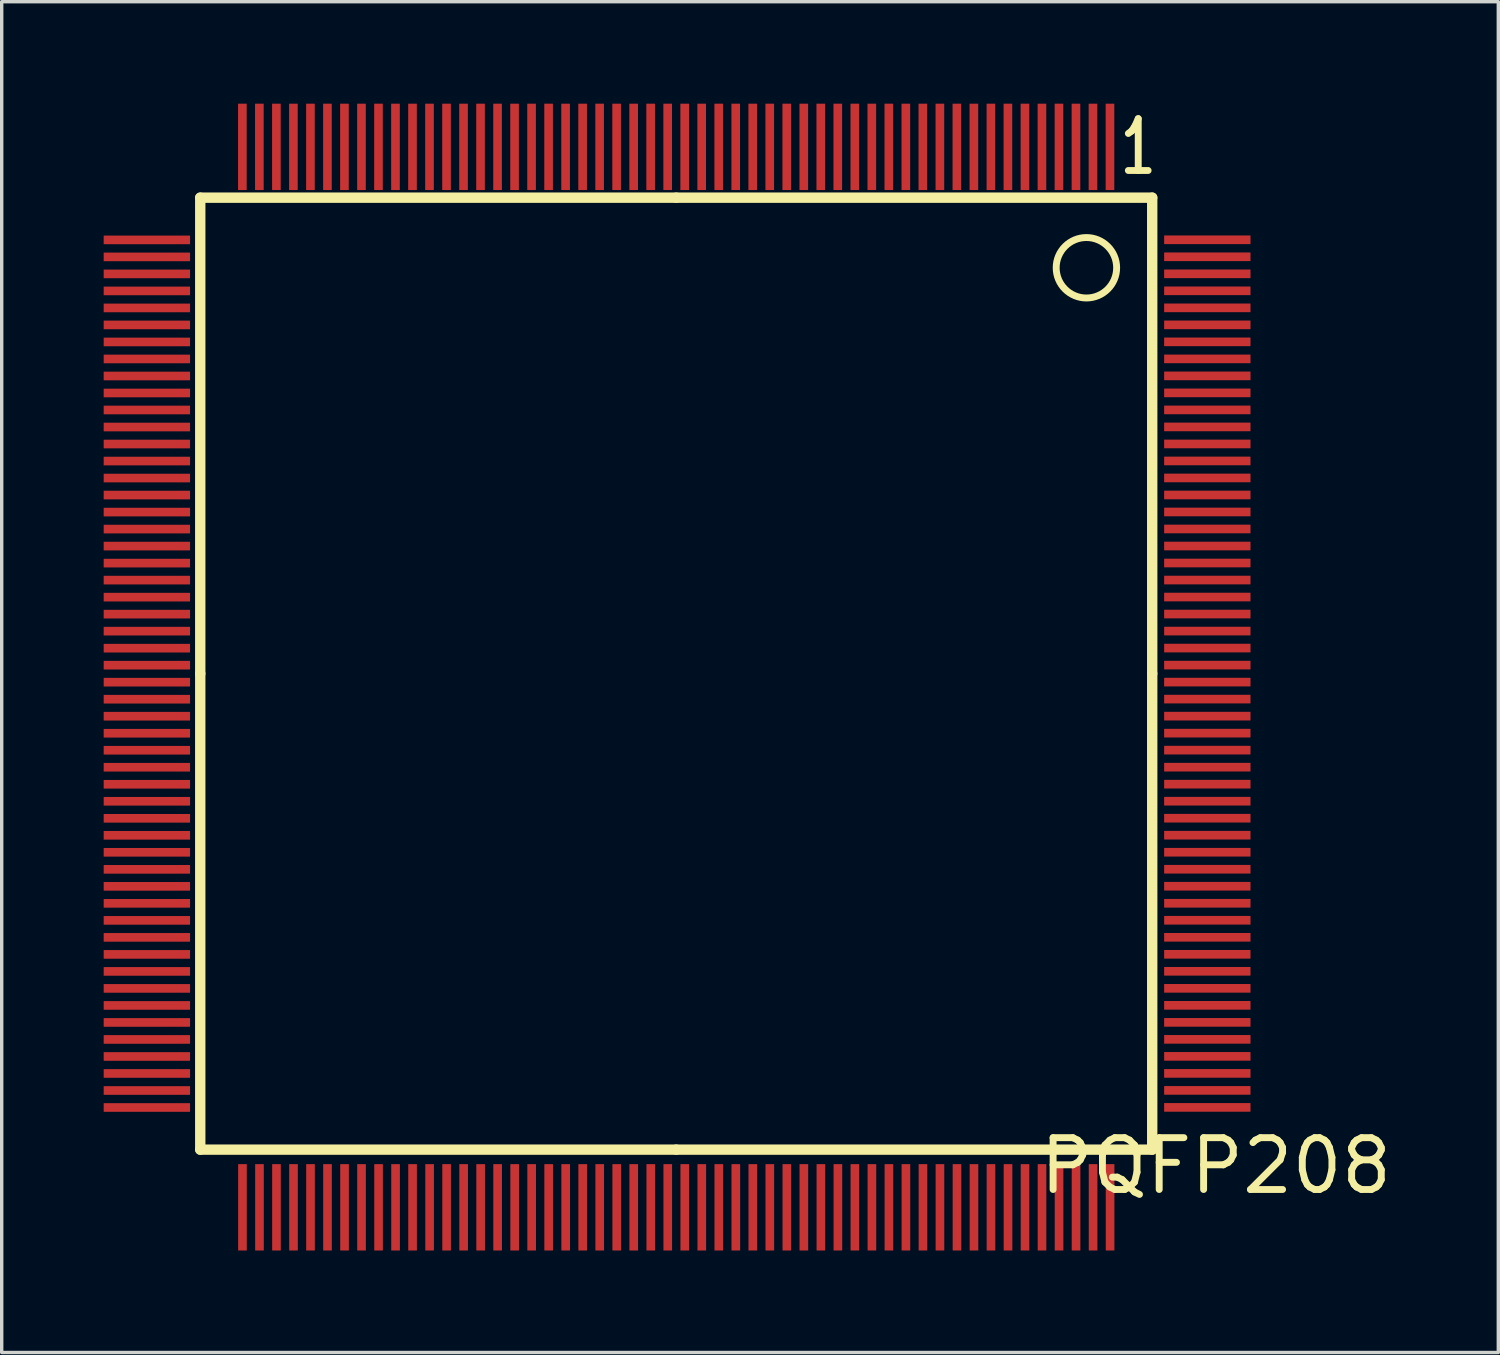
<source format=kicad_pcb>
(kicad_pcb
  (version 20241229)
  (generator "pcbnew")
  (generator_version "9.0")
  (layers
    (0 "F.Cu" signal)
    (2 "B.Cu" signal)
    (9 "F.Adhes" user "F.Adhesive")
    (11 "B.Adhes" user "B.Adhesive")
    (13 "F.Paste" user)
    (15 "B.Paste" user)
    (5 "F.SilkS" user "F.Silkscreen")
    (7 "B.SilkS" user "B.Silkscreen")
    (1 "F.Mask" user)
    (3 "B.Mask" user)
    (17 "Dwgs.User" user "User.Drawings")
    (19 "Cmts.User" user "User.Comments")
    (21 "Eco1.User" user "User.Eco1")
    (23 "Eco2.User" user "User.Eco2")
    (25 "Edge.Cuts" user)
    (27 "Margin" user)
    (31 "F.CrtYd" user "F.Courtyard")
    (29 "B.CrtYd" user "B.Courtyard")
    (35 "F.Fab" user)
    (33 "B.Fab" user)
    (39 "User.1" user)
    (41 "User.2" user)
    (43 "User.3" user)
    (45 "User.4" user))
  (footprint "PQFP208"
    (layer "F.Cu")
    (at 16.84 16.764)
    (property "Reference" "PQFP208" (at 15.875 14.478 180) (layer "F.SilkS") (effects (font (size 1.524 1.524) (thickness 0.203))))
    (attr smd)
    (fp_line (start -14 -14) (end -14 0) (stroke (width 0.305) (type solid)) (layer "F.SilkS"))
    (fp_line (start -14 0) (end -14 14) (stroke (width 0.305) (type solid)) (layer "F.SilkS"))
    (fp_line (start -14 14) (end 0 14) (stroke (width 0.305) (type solid)) (layer "F.SilkS"))
    (fp_line (start 0 -14) (end -14 -14) (stroke (width 0.305) (type solid)) (layer "F.SilkS"))
    (fp_line (start 0 14) (end 14 14) (stroke (width 0.305) (type solid)) (layer "F.SilkS"))
    (fp_line (start 14 -14) (end 0 -14) (stroke (width 0.305) (type solid)) (layer "F.SilkS"))
    (fp_line (start 14 0) (end 14 -14) (stroke (width 0.305) (type solid)) (layer "F.SilkS"))
    (fp_line (start 14 14) (end 14 0) (stroke (width 0.305) (type solid)) (layer "F.SilkS"))
    (fp_circle (center 12.065 -11.938) (end 12.065 -12.827) (stroke (width 0.203) (type solid)) (fill no) (layer "F.SilkS"))
    (fp_text user "1" (at 13.589 -15.494 0) (layer "F.SilkS") (effects (font (size 1.524 1.016) (thickness 0.203))))
    (pad "1" smd rect (at 12.758 -15.494 90) (size 2.54 0.254) (layers "F.Cu" "F.Mask" "F.Paste"))
    (pad "2" smd rect (at 12.258 -15.494 90) (size 2.54 0.254) (layers "F.Cu" "F.Mask" "F.Paste"))
    (pad "3" smd rect (at 11.758 -15.494 90) (size 2.54 0.254) (layers "F.Cu" "F.Mask" "F.Paste"))
    (pad "4" smd rect (at 11.257 -15.494 90) (size 2.54 0.254) (layers "F.Cu" "F.Mask" "F.Paste"))
    (pad "5" smd rect (at 10.757 -15.494 90) (size 2.54 0.254) (layers "F.Cu" "F.Mask" "F.Paste"))
    (pad "6" smd rect (at 10.257 -15.494 90) (size 2.54 0.254) (layers "F.Cu" "F.Mask" "F.Paste"))
    (pad "7" smd rect (at 9.756 -15.494 90) (size 2.54 0.254) (layers "F.Cu" "F.Mask" "F.Paste"))
    (pad "8" smd rect (at 9.256 -15.494 90) (size 2.54 0.254) (layers "F.Cu" "F.Mask" "F.Paste"))
    (pad "9" smd rect (at 8.755 -15.494 90) (size 2.54 0.254) (layers "F.Cu" "F.Mask" "F.Paste"))
    (pad "10" smd rect (at 8.255 -15.494 90) (size 2.54 0.254) (layers "F.Cu" "F.Mask" "F.Paste"))
    (pad "11" smd rect (at 7.755 -15.494 90) (size 2.54 0.254) (layers "F.Cu" "F.Mask" "F.Paste"))
    (pad "12" smd rect (at 7.254 -15.494 90) (size 2.54 0.254) (layers "F.Cu" "F.Mask" "F.Paste"))
    (pad "13" smd rect (at 6.754 -15.494 90) (size 2.54 0.254) (layers "F.Cu" "F.Mask" "F.Paste"))
    (pad "14" smd rect (at 6.253 -15.494 90) (size 2.54 0.254) (layers "F.Cu" "F.Mask" "F.Paste"))
    (pad "15" smd rect (at 5.753 -15.494 90) (size 2.54 0.254) (layers "F.Cu" "F.Mask" "F.Paste"))
    (pad "16" smd rect (at 5.253 -15.494 90) (size 2.54 0.254) (layers "F.Cu" "F.Mask" "F.Paste"))
    (pad "17" smd rect (at 4.752 -15.494 90) (size 2.54 0.254) (layers "F.Cu" "F.Mask" "F.Paste"))
    (pad "18" smd rect (at 4.252 -15.494 90) (size 2.54 0.254) (layers "F.Cu" "F.Mask" "F.Paste"))
    (pad "19" smd rect (at 3.752 -15.494 90) (size 2.54 0.254) (layers "F.Cu" "F.Mask" "F.Paste"))
    (pad "20" smd rect (at 3.251 -15.494 90) (size 2.54 0.254) (layers "F.Cu" "F.Mask" "F.Paste"))
    (pad "21" smd rect (at 2.751 -15.494 90) (size 2.54 0.254) (layers "F.Cu" "F.Mask" "F.Paste"))
    (pad "22" smd rect (at 2.25 -15.494 90) (size 2.54 0.254) (layers "F.Cu" "F.Mask" "F.Paste"))
    (pad "23" smd rect (at 1.75 -15.494 90) (size 2.54 0.254) (layers "F.Cu" "F.Mask" "F.Paste"))
    (pad "24" smd rect (at 1.25 -15.494 90) (size 2.54 0.254) (layers "F.Cu" "F.Mask" "F.Paste"))
    (pad "25" smd rect (at 0.749 -15.494 90) (size 2.54 0.254) (layers "F.Cu" "F.Mask" "F.Paste"))
    (pad "26" smd rect (at 0.249 -15.494 90) (size 2.54 0.254) (layers "F.Cu" "F.Mask" "F.Paste"))
    (pad "27" smd rect (at -0.251 -15.494 90) (size 2.54 0.254) (layers "F.Cu" "F.Mask" "F.Paste"))
    (pad "28" smd rect (at -0.752 -15.494 90) (size 2.54 0.254) (layers "F.Cu" "F.Mask" "F.Paste"))
    (pad "29" smd rect (at -1.252 -15.494 90) (size 2.54 0.254) (layers "F.Cu" "F.Mask" "F.Paste"))
    (pad "30" smd rect (at -1.753 -15.494 90) (size 2.54 0.254) (layers "F.Cu" "F.Mask" "F.Paste"))
    (pad "31" smd rect (at -2.253 -15.494 90) (size 2.54 0.254) (layers "F.Cu" "F.Mask" "F.Paste"))
    (pad "32" smd rect (at -2.753 -15.494 90) (size 2.54 0.254) (layers "F.Cu" "F.Mask" "F.Paste"))
    (pad "33" smd rect (at -3.254 -15.494 90) (size 2.54 0.254) (layers "F.Cu" "F.Mask" "F.Paste"))
    (pad "34" smd rect (at -3.754 -15.494 90) (size 2.54 0.254) (layers "F.Cu" "F.Mask" "F.Paste"))
    (pad "35" smd rect (at -4.255 -15.494 90) (size 2.54 0.254) (layers "F.Cu" "F.Mask" "F.Paste"))
    (pad "36" smd rect (at -4.755 -15.494 90) (size 2.54 0.254) (layers "F.Cu" "F.Mask" "F.Paste"))
    (pad "37" smd rect (at -5.255 -15.494 90) (size 2.54 0.254) (layers "F.Cu" "F.Mask" "F.Paste"))
    (pad "38" smd rect (at -5.756 -15.494 90) (size 2.54 0.254) (layers "F.Cu" "F.Mask" "F.Paste"))
    (pad "39" smd rect (at -6.256 -15.494 90) (size 2.54 0.254) (layers "F.Cu" "F.Mask" "F.Paste"))
    (pad "40" smd rect (at -6.756 -15.494 90) (size 2.54 0.254) (layers "F.Cu" "F.Mask" "F.Paste"))
    (pad "41" smd rect (at -7.257 -15.494 90) (size 2.54 0.254) (layers "F.Cu" "F.Mask" "F.Paste"))
    (pad "42" smd rect (at -7.757 -15.494 90) (size 2.54 0.254) (layers "F.Cu" "F.Mask" "F.Paste"))
    (pad "43" smd rect (at -8.258 -15.494 90) (size 2.54 0.254) (layers "F.Cu" "F.Mask" "F.Paste"))
    (pad "44" smd rect (at -8.758 -15.494 90) (size 2.54 0.254) (layers "F.Cu" "F.Mask" "F.Paste"))
    (pad "45" smd rect (at -9.258 -15.494 90) (size 2.54 0.254) (layers "F.Cu" "F.Mask" "F.Paste"))
    (pad "46" smd rect (at -9.759 -15.494 90) (size 2.54 0.254) (layers "F.Cu" "F.Mask" "F.Paste"))
    (pad "47" smd rect (at -10.259 -15.494 90) (size 2.54 0.254) (layers "F.Cu" "F.Mask" "F.Paste"))
    (pad "48" smd rect (at -10.759 -15.494 90) (size 2.54 0.254) (layers "F.Cu" "F.Mask" "F.Paste"))
    (pad "49" smd rect (at -11.26 -15.494 90) (size 2.54 0.254) (layers "F.Cu" "F.Mask" "F.Paste"))
    (pad "50" smd rect (at -11.76 -15.494 90) (size 2.54 0.254) (layers "F.Cu" "F.Mask" "F.Paste"))
    (pad "51" smd rect (at -12.261 -15.494 90) (size 2.54 0.254) (layers "F.Cu" "F.Mask" "F.Paste"))
    (pad "52" smd rect (at -12.761 -15.494 90) (size 2.54 0.254) (layers "F.Cu" "F.Mask" "F.Paste"))
    (pad "53" smd rect (at -15.57 -12.758) (size 2.54 0.254) (layers "F.Cu" "F.Mask" "F.Paste"))
    (pad "54" smd rect (at -15.57 -12.258) (size 2.54 0.254) (layers "F.Cu" "F.Mask" "F.Paste"))
    (pad "55" smd rect (at -15.57 -11.758) (size 2.54 0.254) (layers "F.Cu" "F.Mask" "F.Paste"))
    (pad "56" smd rect (at -15.57 -11.257) (size 2.54 0.254) (layers "F.Cu" "F.Mask" "F.Paste"))
    (pad "57" smd rect (at -15.57 -10.757) (size 2.54 0.254) (layers "F.Cu" "F.Mask" "F.Paste"))
    (pad "58" smd rect (at -15.57 -10.257) (size 2.54 0.254) (layers "F.Cu" "F.Mask" "F.Paste"))
    (pad "59" smd rect (at -15.57 -9.756) (size 2.54 0.254) (layers "F.Cu" "F.Mask" "F.Paste"))
    (pad "60" smd rect (at -15.57 -9.256) (size 2.54 0.254) (layers "F.Cu" "F.Mask" "F.Paste"))
    (pad "61" smd rect (at -15.57 -8.755) (size 2.54 0.254) (layers "F.Cu" "F.Mask" "F.Paste"))
    (pad "62" smd rect (at -15.57 -8.255) (size 2.54 0.254) (layers "F.Cu" "F.Mask" "F.Paste"))
    (pad "63" smd rect (at -15.57 -7.755) (size 2.54 0.254) (layers "F.Cu" "F.Mask" "F.Paste"))
    (pad "64" smd rect (at -15.57 -7.254) (size 2.54 0.254) (layers "F.Cu" "F.Mask" "F.Paste"))
    (pad "65" smd rect (at -15.57 -6.754) (size 2.54 0.254) (layers "F.Cu" "F.Mask" "F.Paste"))
    (pad "66" smd rect (at -15.57 -6.253) (size 2.54 0.254) (layers "F.Cu" "F.Mask" "F.Paste"))
    (pad "67" smd rect (at -15.57 -5.753) (size 2.54 0.254) (layers "F.Cu" "F.Mask" "F.Paste"))
    (pad "68" smd rect (at -15.57 -5.253) (size 2.54 0.254) (layers "F.Cu" "F.Mask" "F.Paste"))
    (pad "69" smd rect (at -15.57 -4.752) (size 2.54 0.254) (layers "F.Cu" "F.Mask" "F.Paste"))
    (pad "70" smd rect (at -15.57 -4.252) (size 2.54 0.254) (layers "F.Cu" "F.Mask" "F.Paste"))
    (pad "71" smd rect (at -15.57 -3.752) (size 2.54 0.254) (layers "F.Cu" "F.Mask" "F.Paste"))
    (pad "72" smd rect (at -15.57 -3.251) (size 2.54 0.254) (layers "F.Cu" "F.Mask" "F.Paste"))
    (pad "73" smd rect (at -15.57 -2.751) (size 2.54 0.254) (layers "F.Cu" "F.Mask" "F.Paste"))
    (pad "74" smd rect (at -15.57 -2.25) (size 2.54 0.254) (layers "F.Cu" "F.Mask" "F.Paste"))
    (pad "75" smd rect (at -15.57 -1.75) (size 2.54 0.254) (layers "F.Cu" "F.Mask" "F.Paste"))
    (pad "76" smd rect (at -15.57 -1.25) (size 2.54 0.254) (layers "F.Cu" "F.Mask" "F.Paste"))
    (pad "77" smd rect (at -15.57 -0.749) (size 2.54 0.254) (layers "F.Cu" "F.Mask" "F.Paste"))
    (pad "78" smd rect (at -15.57 -0.249) (size 2.54 0.254) (layers "F.Cu" "F.Mask" "F.Paste"))
    (pad "79" smd rect (at -15.57 0.251) (size 2.54 0.254) (layers "F.Cu" "F.Mask" "F.Paste"))
    (pad "80" smd rect (at -15.57 0.752) (size 2.54 0.254) (layers "F.Cu" "F.Mask" "F.Paste"))
    (pad "81" smd rect (at -15.57 1.252) (size 2.54 0.254) (layers "F.Cu" "F.Mask" "F.Paste"))
    (pad "82" smd rect (at -15.57 1.753) (size 2.54 0.254) (layers "F.Cu" "F.Mask" "F.Paste"))
    (pad "83" smd rect (at -15.57 2.253) (size 2.54 0.254) (layers "F.Cu" "F.Mask" "F.Paste"))
    (pad "84" smd rect (at -15.57 2.753) (size 2.54 0.254) (layers "F.Cu" "F.Mask" "F.Paste"))
    (pad "85" smd rect (at -15.57 3.254) (size 2.54 0.254) (layers "F.Cu" "F.Mask" "F.Paste"))
    (pad "86" smd rect (at -15.57 3.754) (size 2.54 0.254) (layers "F.Cu" "F.Mask" "F.Paste"))
    (pad "87" smd rect (at -15.57 4.255) (size 2.54 0.254) (layers "F.Cu" "F.Mask" "F.Paste"))
    (pad "88" smd rect (at -15.57 4.755) (size 2.54 0.254) (layers "F.Cu" "F.Mask" "F.Paste"))
    (pad "89" smd rect (at -15.57 5.255) (size 2.54 0.254) (layers "F.Cu" "F.Mask" "F.Paste"))
    (pad "90" smd rect (at -15.57 5.756) (size 2.54 0.254) (layers "F.Cu" "F.Mask" "F.Paste"))
    (pad "91" smd rect (at -15.57 6.256) (size 2.54 0.254) (layers "F.Cu" "F.Mask" "F.Paste"))
    (pad "92" smd rect (at -15.57 6.756) (size 2.54 0.254) (layers "F.Cu" "F.Mask" "F.Paste"))
    (pad "93" smd rect (at -15.57 7.257) (size 2.54 0.254) (layers "F.Cu" "F.Mask" "F.Paste"))
    (pad "94" smd rect (at -15.57 7.757) (size 2.54 0.254) (layers "F.Cu" "F.Mask" "F.Paste"))
    (pad "95" smd rect (at -15.57 8.258) (size 2.54 0.254) (layers "F.Cu" "F.Mask" "F.Paste"))
    (pad "96" smd rect (at -15.57 8.758) (size 2.54 0.254) (layers "F.Cu" "F.Mask" "F.Paste"))
    (pad "97" smd rect (at -15.57 9.258) (size 2.54 0.254) (layers "F.Cu" "F.Mask" "F.Paste"))
    (pad "98" smd rect (at -15.57 9.759) (size 2.54 0.254) (layers "F.Cu" "F.Mask" "F.Paste"))
    (pad "99" smd rect (at -15.57 10.259) (size 2.54 0.254) (layers "F.Cu" "F.Mask" "F.Paste"))
    (pad "100" smd rect (at -15.57 10.759) (size 2.54 0.254) (layers "F.Cu" "F.Mask" "F.Paste"))
    (pad "101" smd rect (at -15.57 11.26) (size 2.54 0.254) (layers "F.Cu" "F.Mask" "F.Paste"))
    (pad "102" smd rect (at -15.57 11.76) (size 2.54 0.254) (layers "F.Cu" "F.Mask" "F.Paste"))
    (pad "103" smd rect (at -15.57 12.261) (size 2.54 0.254) (layers "F.Cu" "F.Mask" "F.Paste"))
    (pad "104" smd rect (at -15.57 12.761) (size 2.54 0.254) (layers "F.Cu" "F.Mask" "F.Paste"))
    (pad "105" smd rect (at -12.758 15.697 90) (size 2.54 0.254) (layers "F.Cu" "F.Mask" "F.Paste"))
    (pad "106" smd rect (at -12.258 15.697 90) (size 2.54 0.254) (layers "F.Cu" "F.Mask" "F.Paste"))
    (pad "107" smd rect (at -11.758 15.697 90) (size 2.54 0.254) (layers "F.Cu" "F.Mask" "F.Paste"))
    (pad "108" smd rect (at -11.257 15.697 90) (size 2.54 0.254) (layers "F.Cu" "F.Mask" "F.Paste"))
    (pad "109" smd rect (at -10.757 15.697 90) (size 2.54 0.254) (layers "F.Cu" "F.Mask" "F.Paste"))
    (pad "110" smd rect (at -10.257 15.697 90) (size 2.54 0.254) (layers "F.Cu" "F.Mask" "F.Paste"))
    (pad "111" smd rect (at -9.756 15.697 90) (size 2.54 0.254) (layers "F.Cu" "F.Mask" "F.Paste"))
    (pad "112" smd rect (at -9.256 15.697 90) (size 2.54 0.254) (layers "F.Cu" "F.Mask" "F.Paste"))
    (pad "113" smd rect (at -8.755 15.697 90) (size 2.54 0.254) (layers "F.Cu" "F.Mask" "F.Paste"))
    (pad "114" smd rect (at -8.255 15.697 90) (size 2.54 0.254) (layers "F.Cu" "F.Mask" "F.Paste"))
    (pad "115" smd rect (at -7.755 15.697 90) (size 2.54 0.254) (layers "F.Cu" "F.Mask" "F.Paste"))
    (pad "116" smd rect (at -7.254 15.697 90) (size 2.54 0.254) (layers "F.Cu" "F.Mask" "F.Paste"))
    (pad "117" smd rect (at -6.754 15.697 90) (size 2.54 0.254) (layers "F.Cu" "F.Mask" "F.Paste"))
    (pad "118" smd rect (at -6.253 15.697 90) (size 2.54 0.254) (layers "F.Cu" "F.Mask" "F.Paste"))
    (pad "119" smd rect (at -5.753 15.697 90) (size 2.54 0.254) (layers "F.Cu" "F.Mask" "F.Paste"))
    (pad "120" smd rect (at -5.253 15.697 90) (size 2.54 0.254) (layers "F.Cu" "F.Mask" "F.Paste"))
    (pad "121" smd rect (at -4.752 15.697 90) (size 2.54 0.254) (layers "F.Cu" "F.Mask" "F.Paste"))
    (pad "122" smd rect (at -4.252 15.697 90) (size 2.54 0.254) (layers "F.Cu" "F.Mask" "F.Paste"))
    (pad "123" smd rect (at -3.752 15.697 90) (size 2.54 0.254) (layers "F.Cu" "F.Mask" "F.Paste"))
    (pad "124" smd rect (at -3.251 15.697 90) (size 2.54 0.254) (layers "F.Cu" "F.Mask" "F.Paste"))
    (pad "125" smd rect (at -2.751 15.697 90) (size 2.54 0.254) (layers "F.Cu" "F.Mask" "F.Paste"))
    (pad "126" smd rect (at -2.25 15.697 90) (size 2.54 0.254) (layers "F.Cu" "F.Mask" "F.Paste"))
    (pad "127" smd rect (at -1.75 15.697 90) (size 2.54 0.254) (layers "F.Cu" "F.Mask" "F.Paste"))
    (pad "128" smd rect (at -1.25 15.697 90) (size 2.54 0.254) (layers "F.Cu" "F.Mask" "F.Paste"))
    (pad "129" smd rect (at -0.749 15.697 90) (size 2.54 0.254) (layers "F.Cu" "F.Mask" "F.Paste"))
    (pad "130" smd rect (at -0.249 15.697 90) (size 2.54 0.254) (layers "F.Cu" "F.Mask" "F.Paste"))
    (pad "131" smd rect (at 0.251 15.697 90) (size 2.54 0.254) (layers "F.Cu" "F.Mask" "F.Paste"))
    (pad "132" smd rect (at 0.752 15.697 90) (size 2.54 0.254) (layers "F.Cu" "F.Mask" "F.Paste"))
    (pad "133" smd rect (at 1.252 15.697 90) (size 2.54 0.254) (layers "F.Cu" "F.Mask" "F.Paste"))
    (pad "134" smd rect (at 1.753 15.697 90) (size 2.54 0.254) (layers "F.Cu" "F.Mask" "F.Paste"))
    (pad "135" smd rect (at 2.253 15.697 90) (size 2.54 0.254) (layers "F.Cu" "F.Mask" "F.Paste"))
    (pad "136" smd rect (at 2.753 15.697 90) (size 2.54 0.254) (layers "F.Cu" "F.Mask" "F.Paste"))
    (pad "137" smd rect (at 3.254 15.697 90) (size 2.54 0.254) (layers "F.Cu" "F.Mask" "F.Paste"))
    (pad "138" smd rect (at 3.754 15.697 90) (size 2.54 0.254) (layers "F.Cu" "F.Mask" "F.Paste"))
    (pad "139" smd rect (at 4.255 15.697 90) (size 2.54 0.254) (layers "F.Cu" "F.Mask" "F.Paste"))
    (pad "140" smd rect (at 4.755 15.697 90) (size 2.54 0.254) (layers "F.Cu" "F.Mask" "F.Paste"))
    (pad "141" smd rect (at 5.255 15.697 90) (size 2.54 0.254) (layers "F.Cu" "F.Mask" "F.Paste"))
    (pad "142" smd rect (at 5.756 15.697 90) (size 2.54 0.254) (layers "F.Cu" "F.Mask" "F.Paste"))
    (pad "143" smd rect (at 6.256 15.697 90) (size 2.54 0.254) (layers "F.Cu" "F.Mask" "F.Paste"))
    (pad "144" smd rect (at 6.756 15.697 90) (size 2.54 0.254) (layers "F.Cu" "F.Mask" "F.Paste"))
    (pad "145" smd rect (at 7.257 15.697 90) (size 2.54 0.254) (layers "F.Cu" "F.Mask" "F.Paste"))
    (pad "146" smd rect (at 7.757 15.697 90) (size 2.54 0.254) (layers "F.Cu" "F.Mask" "F.Paste"))
    (pad "147" smd rect (at 8.258 15.697 90) (size 2.54 0.254) (layers "F.Cu" "F.Mask" "F.Paste"))
    (pad "148" smd rect (at 8.758 15.697 90) (size 2.54 0.254) (layers "F.Cu" "F.Mask" "F.Paste"))
    (pad "149" smd rect (at 9.258 15.697 90) (size 2.54 0.254) (layers "F.Cu" "F.Mask" "F.Paste"))
    (pad "150" smd rect (at 9.759 15.697 90) (size 2.54 0.254) (layers "F.Cu" "F.Mask" "F.Paste"))
    (pad "151" smd rect (at 10.259 15.697 90) (size 2.54 0.254) (layers "F.Cu" "F.Mask" "F.Paste"))
    (pad "152" smd rect (at 10.759 15.697 90) (size 2.54 0.254) (layers "F.Cu" "F.Mask" "F.Paste"))
    (pad "153" smd rect (at 11.26 15.697 90) (size 2.54 0.254) (layers "F.Cu" "F.Mask" "F.Paste"))
    (pad "154" smd rect (at 11.76 15.697 90) (size 2.54 0.254) (layers "F.Cu" "F.Mask" "F.Paste"))
    (pad "155" smd rect (at 12.261 15.697 90) (size 2.54 0.254) (layers "F.Cu" "F.Mask" "F.Paste"))
    (pad "156" smd rect (at 12.761 15.697 90) (size 2.54 0.254) (layers "F.Cu" "F.Mask" "F.Paste"))
    (pad "157" smd rect (at 15.621 12.758) (size 2.54 0.254) (layers "F.Cu" "F.Mask" "F.Paste"))
    (pad "158" smd rect (at 15.621 12.258) (size 2.54 0.254) (layers "F.Cu" "F.Mask" "F.Paste"))
    (pad "159" smd rect (at 15.621 11.758) (size 2.54 0.254) (layers "F.Cu" "F.Mask" "F.Paste"))
    (pad "160" smd rect (at 15.621 11.257) (size 2.54 0.254) (layers "F.Cu" "F.Mask" "F.Paste"))
    (pad "161" smd rect (at 15.621 10.757) (size 2.54 0.254) (layers "F.Cu" "F.Mask" "F.Paste"))
    (pad "162" smd rect (at 15.621 10.257) (size 2.54 0.254) (layers "F.Cu" "F.Mask" "F.Paste"))
    (pad "163" smd rect (at 15.621 9.756) (size 2.54 0.254) (layers "F.Cu" "F.Mask" "F.Paste"))
    (pad "164" smd rect (at 15.621 9.256) (size 2.54 0.254) (layers "F.Cu" "F.Mask" "F.Paste"))
    (pad "165" smd rect (at 15.621 8.755) (size 2.54 0.254) (layers "F.Cu" "F.Mask" "F.Paste"))
    (pad "166" smd rect (at 15.621 8.255) (size 2.54 0.254) (layers "F.Cu" "F.Mask" "F.Paste"))
    (pad "167" smd rect (at 15.621 7.755) (size 2.54 0.254) (layers "F.Cu" "F.Mask" "F.Paste"))
    (pad "168" smd rect (at 15.621 7.254) (size 2.54 0.254) (layers "F.Cu" "F.Mask" "F.Paste"))
    (pad "169" smd rect (at 15.621 6.754) (size 2.54 0.254) (layers "F.Cu" "F.Mask" "F.Paste"))
    (pad "170" smd rect (at 15.621 6.253) (size 2.54 0.254) (layers "F.Cu" "F.Mask" "F.Paste"))
    (pad "171" smd rect (at 15.621 5.753) (size 2.54 0.254) (layers "F.Cu" "F.Mask" "F.Paste"))
    (pad "172" smd rect (at 15.621 5.253) (size 2.54 0.254) (layers "F.Cu" "F.Mask" "F.Paste"))
    (pad "173" smd rect (at 15.621 4.752) (size 2.54 0.254) (layers "F.Cu" "F.Mask" "F.Paste"))
    (pad "174" smd rect (at 15.621 4.252) (size 2.54 0.254) (layers "F.Cu" "F.Mask" "F.Paste"))
    (pad "175" smd rect (at 15.621 3.752) (size 2.54 0.254) (layers "F.Cu" "F.Mask" "F.Paste"))
    (pad "176" smd rect (at 15.621 3.251) (size 2.54 0.254) (layers "F.Cu" "F.Mask" "F.Paste"))
    (pad "177" smd rect (at 15.621 2.751) (size 2.54 0.254) (layers "F.Cu" "F.Mask" "F.Paste"))
    (pad "178" smd rect (at 15.621 2.25) (size 2.54 0.254) (layers "F.Cu" "F.Mask" "F.Paste"))
    (pad "179" smd rect (at 15.621 1.75) (size 2.54 0.254) (layers "F.Cu" "F.Mask" "F.Paste"))
    (pad "180" smd rect (at 15.621 1.25) (size 2.54 0.254) (layers "F.Cu" "F.Mask" "F.Paste"))
    (pad "181" smd rect (at 15.621 0.749) (size 2.54 0.254) (layers "F.Cu" "F.Mask" "F.Paste"))
    (pad "182" smd rect (at 15.621 0.249) (size 2.54 0.254) (layers "F.Cu" "F.Mask" "F.Paste"))
    (pad "183" smd rect (at 15.621 -0.251) (size 2.54 0.254) (layers "F.Cu" "F.Mask" "F.Paste"))
    (pad "184" smd rect (at 15.621 -0.752) (size 2.54 0.254) (layers "F.Cu" "F.Mask" "F.Paste"))
    (pad "185" smd rect (at 15.621 -1.252) (size 2.54 0.254) (layers "F.Cu" "F.Mask" "F.Paste"))
    (pad "186" smd rect (at 15.621 -1.753) (size 2.54 0.254) (layers "F.Cu" "F.Mask" "F.Paste"))
    (pad "187" smd rect (at 15.621 -2.253) (size 2.54 0.254) (layers "F.Cu" "F.Mask" "F.Paste"))
    (pad "188" smd rect (at 15.621 -2.753) (size 2.54 0.254) (layers "F.Cu" "F.Mask" "F.Paste"))
    (pad "189" smd rect (at 15.621 -3.254) (size 2.54 0.254) (layers "F.Cu" "F.Mask" "F.Paste"))
    (pad "190" smd rect (at 15.621 -3.754) (size 2.54 0.254) (layers "F.Cu" "F.Mask" "F.Paste"))
    (pad "191" smd rect (at 15.621 -4.255) (size 2.54 0.254) (layers "F.Cu" "F.Mask" "F.Paste"))
    (pad "192" smd rect (at 15.621 -4.755) (size 2.54 0.254) (layers "F.Cu" "F.Mask" "F.Paste"))
    (pad "193" smd rect (at 15.621 -5.255) (size 2.54 0.254) (layers "F.Cu" "F.Mask" "F.Paste"))
    (pad "194" smd rect (at 15.621 -5.756) (size 2.54 0.254) (layers "F.Cu" "F.Mask" "F.Paste"))
    (pad "195" smd rect (at 15.621 -6.256) (size 2.54 0.254) (layers "F.Cu" "F.Mask" "F.Paste"))
    (pad "196" smd rect (at 15.621 -6.756) (size 2.54 0.254) (layers "F.Cu" "F.Mask" "F.Paste"))
    (pad "197" smd rect (at 15.621 -7.257) (size 2.54 0.254) (layers "F.Cu" "F.Mask" "F.Paste"))
    (pad "198" smd rect (at 15.621 -7.757) (size 2.54 0.254) (layers "F.Cu" "F.Mask" "F.Paste"))
    (pad "199" smd rect (at 15.621 -8.258) (size 2.54 0.254) (layers "F.Cu" "F.Mask" "F.Paste"))
    (pad "200" smd rect (at 15.621 -8.758) (size 2.54 0.254) (layers "F.Cu" "F.Mask" "F.Paste"))
    (pad "201" smd rect (at 15.621 -9.258) (size 2.54 0.254) (layers "F.Cu" "F.Mask" "F.Paste"))
    (pad "202" smd rect (at 15.621 -9.759) (size 2.54 0.254) (layers "F.Cu" "F.Mask" "F.Paste"))
    (pad "203" smd rect (at 15.621 -10.259) (size 2.54 0.254) (layers "F.Cu" "F.Mask" "F.Paste"))
    (pad "204" smd rect (at 15.621 -10.759) (size 2.54 0.254) (layers "F.Cu" "F.Mask" "F.Paste"))
    (pad "205" smd rect (at 15.621 -11.26) (size 2.54 0.254) (layers "F.Cu" "F.Mask" "F.Paste"))
    (pad "206" smd rect (at 15.621 -11.76) (size 2.54 0.254) (layers "F.Cu" "F.Mask" "F.Paste"))
    (pad "207" smd rect (at 15.621 -12.261) (size 2.54 0.254) (layers "F.Cu" "F.Mask" "F.Paste"))
    (pad "208" smd rect (at 15.621 -12.761) (size 2.54 0.254) (layers "F.Cu" "F.Mask" "F.Paste")))
  (gr_rect
    (start -3 -3)
    (end 41.02 36.731)
    (stroke (width 0.1) (type default))
    (fill no)
    (layer "Edge.Cuts")))
</source>
